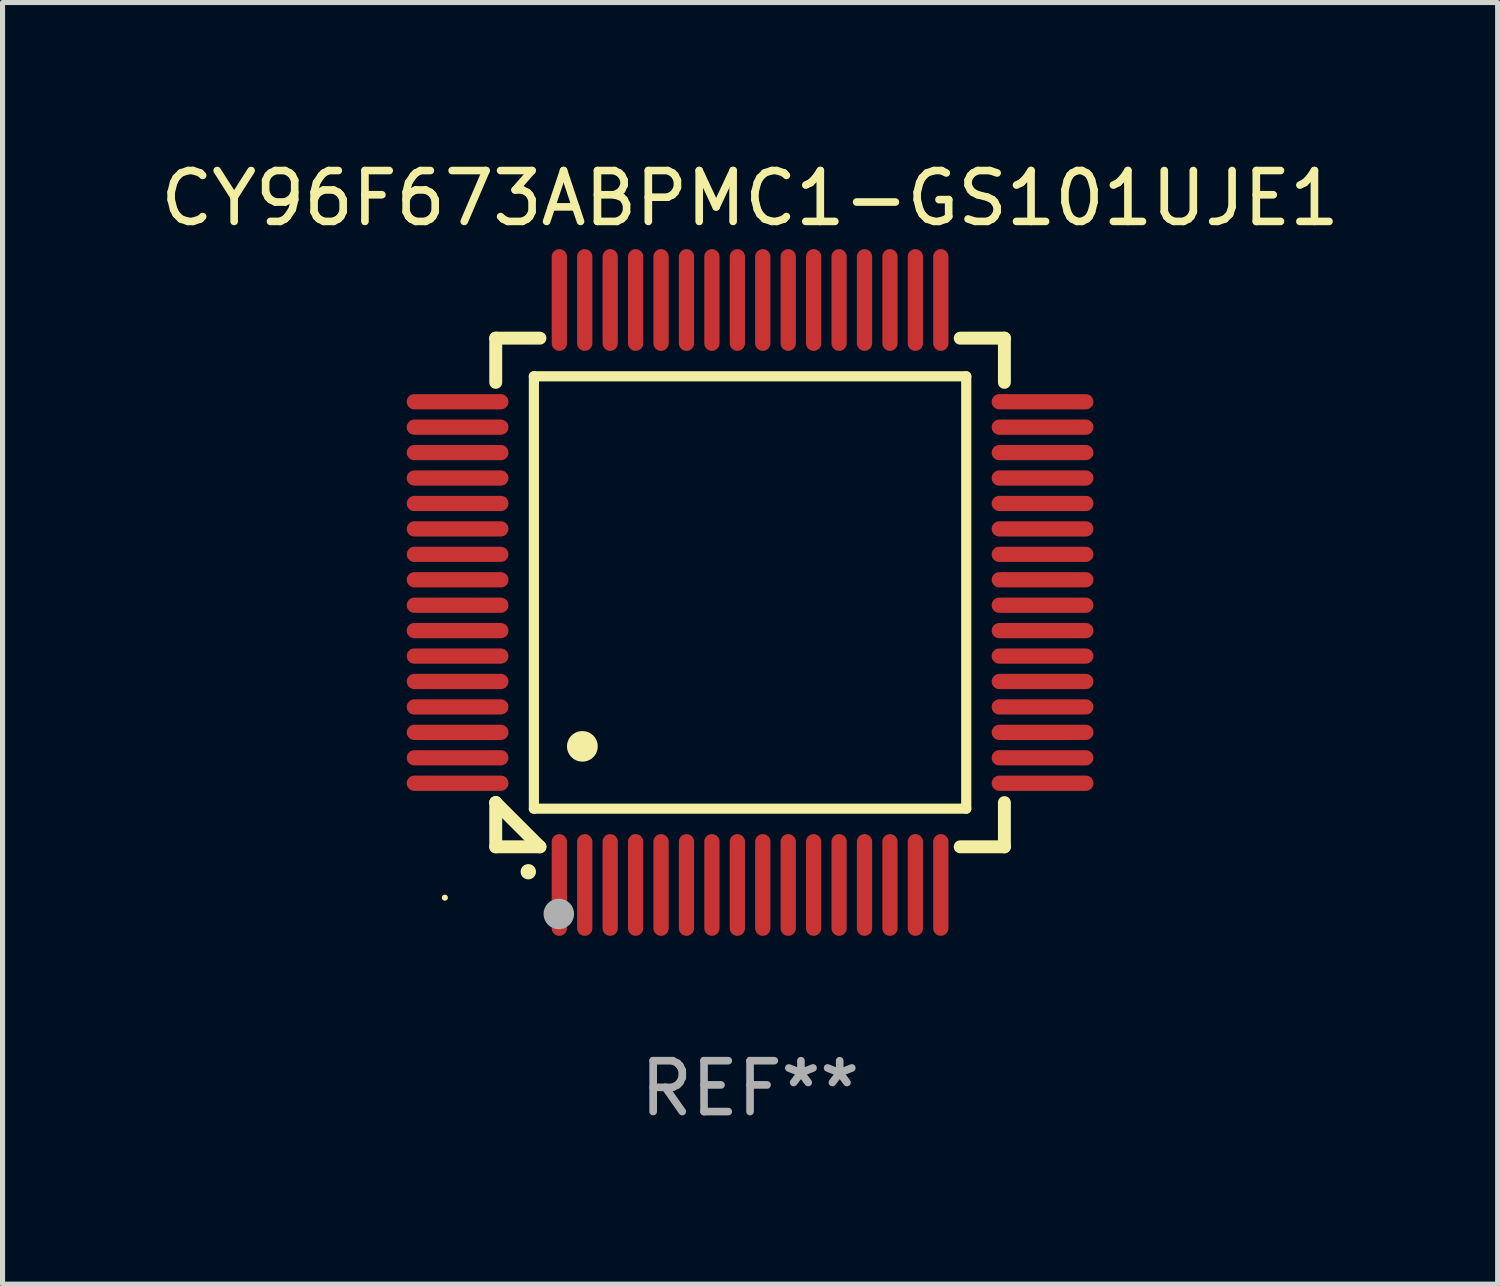
<source format=kicad_pcb>
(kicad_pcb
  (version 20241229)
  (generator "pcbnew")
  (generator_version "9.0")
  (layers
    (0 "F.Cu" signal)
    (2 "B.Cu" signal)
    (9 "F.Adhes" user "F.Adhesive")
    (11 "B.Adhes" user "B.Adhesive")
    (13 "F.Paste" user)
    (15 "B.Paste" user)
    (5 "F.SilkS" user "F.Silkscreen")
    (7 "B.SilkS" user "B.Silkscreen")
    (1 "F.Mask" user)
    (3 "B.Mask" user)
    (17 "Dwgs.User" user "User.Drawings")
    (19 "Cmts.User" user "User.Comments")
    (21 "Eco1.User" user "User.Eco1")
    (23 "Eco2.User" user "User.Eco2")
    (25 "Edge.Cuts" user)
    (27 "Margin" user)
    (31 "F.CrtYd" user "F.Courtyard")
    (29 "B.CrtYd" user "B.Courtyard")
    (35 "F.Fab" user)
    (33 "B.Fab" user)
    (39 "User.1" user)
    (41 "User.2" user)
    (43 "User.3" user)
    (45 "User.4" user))
  (footprint "CY96F673ABPMC1-GS101UJE1"
    (layer "F.Cu")
    (at 11.696 8.598)
    (property "Reference" "CY96F673ABPMC1-GS101UJE1" (at 0 -7.75 0) (layer "F.SilkS") (effects (font (size 1 1) (thickness 0.15))))
    (attr through_hole)
    (fp_line (start -5 -5) (end -4.131 -5) (stroke (width 0.254) (type solid)) (layer "F.SilkS"))
    (fp_line (start -5 -4.131) (end -5 -5) (stroke (width 0.254) (type solid)) (layer "F.SilkS"))
    (fp_line (start -5 4.131) (end -5 4.131) (stroke (width 0.254) (type solid)) (layer "F.SilkS"))
    (fp_line (start -5 5) (end -5 4.131) (stroke (width 0.254) (type solid)) (layer "F.SilkS"))
    (fp_line (start -5 4.131) (end -4.131 5) (stroke (width 0.254) (type solid)) (layer "F.SilkS"))
    (fp_line (start -4.25 -4.25) (end -4.25 4.25) (stroke (width 0.2) (type solid)) (layer "F.SilkS"))
    (fp_line (start -4.25 4.25) (end 4.25 4.25) (stroke (width 0.2) (type solid)) (layer "F.SilkS"))
    (fp_line (start -4.131 5) (end -5 5) (stroke (width 0.254) (type solid)) (layer "F.SilkS"))
    (fp_line (start 4.25 -4.25) (end -4.25 -4.25) (stroke (width 0.2) (type solid)) (layer "F.SilkS"))
    (fp_line (start 4.25 4.25) (end 4.25 -4.25) (stroke (width 0.2) (type solid)) (layer "F.SilkS"))
    (fp_line (start 5 -5) (end 4.131 -5) (stroke (width 0.254) (type solid)) (layer "F.SilkS"))
    (fp_line (start 5 -5) (end 5 -4.131) (stroke (width 0.254) (type solid)) (layer "F.SilkS"))
    (fp_line (start 5 4.131) (end 5 5) (stroke (width 0.254) (type solid)) (layer "F.SilkS"))
    (fp_line (start 5 5) (end 4.131 5) (stroke (width 0.254) (type solid)) (layer "F.SilkS"))
    (fp_arc (start -4.361265 5.489992) (mid -4.359995 5.489987) (end -4.358725 5.489992) (stroke (width 0.3) (type solid)) (layer "F.SilkS"))
    (fp_arc (start -3.299467 3.025146) (mid -3.296927 3.025135) (end -3.294387 3.025146) (stroke (width 0.6) (type solid)) (layer "F.SilkS"))
    (fp_circle (center -6 6) (end -5.97 6) (stroke (width 0.06) (type solid)) (fill no) (layer "F.SilkS"))
    (fp_circle (center -3.76 6.32) (end -3.61 6.32) (stroke (width 0.3) (type solid)) (fill no) (layer "F.Fab"))
    (fp_text user "REF**" (at 0 9.75 0) (layer "F.Fab") (effects (font (size 1 1) (thickness 0.15))))
    (pad "1" smd oval (at -3.75 5.75) (size 0.3 2) (layers "F.Cu" "F.Mask" "F.Paste"))
    (pad "2" smd oval (at -3.25 5.75) (size 0.3 2) (layers "F.Cu" "F.Mask" "F.Paste"))
    (pad "3" smd oval (at -2.75 5.75) (size 0.3 2) (layers "F.Cu" "F.Mask" "F.Paste"))
    (pad "4" smd oval (at -2.25 5.75) (size 0.3 2) (layers "F.Cu" "F.Mask" "F.Paste"))
    (pad "5" smd oval (at -1.75 5.75) (size 0.3 2) (layers "F.Cu" "F.Mask" "F.Paste"))
    (pad "6" smd oval (at -1.25 5.75) (size 0.3 2) (layers "F.Cu" "F.Mask" "F.Paste"))
    (pad "7" smd oval (at -0.75 5.75) (size 0.3 2) (layers "F.Cu" "F.Mask" "F.Paste"))
    (pad "8" smd oval (at -0.25 5.75) (size 0.3 2) (layers "F.Cu" "F.Mask" "F.Paste"))
    (pad "9" smd oval (at 0.25 5.75) (size 0.3 2) (layers "F.Cu" "F.Mask" "F.Paste"))
    (pad "10" smd oval (at 0.75 5.75) (size 0.3 2) (layers "F.Cu" "F.Mask" "F.Paste"))
    (pad "11" smd oval (at 1.25 5.75) (size 0.3 2) (layers "F.Cu" "F.Mask" "F.Paste"))
    (pad "12" smd oval (at 1.75 5.75) (size 0.3 2) (layers "F.Cu" "F.Mask" "F.Paste"))
    (pad "13" smd oval (at 2.25 5.75) (size 0.3 2) (layers "F.Cu" "F.Mask" "F.Paste"))
    (pad "14" smd oval (at 2.75 5.75) (size 0.3 2) (layers "F.Cu" "F.Mask" "F.Paste"))
    (pad "15" smd oval (at 3.25 5.75) (size 0.3 2) (layers "F.Cu" "F.Mask" "F.Paste"))
    (pad "16" smd oval (at 3.75 5.75) (size 0.3 2) (layers "F.Cu" "F.Mask" "F.Paste"))
    (pad "17" smd oval (at 5.75 3.75) (size 2 0.3) (layers "F.Cu" "F.Mask" "F.Paste"))
    (pad "18" smd oval (at 5.75 3.25) (size 2 0.3) (layers "F.Cu" "F.Mask" "F.Paste"))
    (pad "19" smd oval (at 5.75 2.75) (size 2 0.3) (layers "F.Cu" "F.Mask" "F.Paste"))
    (pad "20" smd oval (at 5.75 2.25) (size 2 0.3) (layers "F.Cu" "F.Mask" "F.Paste"))
    (pad "21" smd oval (at 5.75 1.75) (size 2 0.3) (layers "F.Cu" "F.Mask" "F.Paste"))
    (pad "22" smd oval (at 5.75 1.25) (size 2 0.3) (layers "F.Cu" "F.Mask" "F.Paste"))
    (pad "23" smd oval (at 5.75 0.75) (size 2 0.3) (layers "F.Cu" "F.Mask" "F.Paste"))
    (pad "24" smd oval (at 5.75 0.25) (size 2 0.3) (layers "F.Cu" "F.Mask" "F.Paste"))
    (pad "25" smd oval (at 5.75 -0.25) (size 2 0.3) (layers "F.Cu" "F.Mask" "F.Paste"))
    (pad "26" smd oval (at 5.75 -0.75) (size 2 0.3) (layers "F.Cu" "F.Mask" "F.Paste"))
    (pad "27" smd oval (at 5.75 -1.25) (size 2 0.3) (layers "F.Cu" "F.Mask" "F.Paste"))
    (pad "28" smd oval (at 5.75 -1.75) (size 2 0.3) (layers "F.Cu" "F.Mask" "F.Paste"))
    (pad "29" smd oval (at 5.75 -2.25) (size 2 0.3) (layers "F.Cu" "F.Mask" "F.Paste"))
    (pad "30" smd oval (at 5.75 -2.75) (size 2 0.3) (layers "F.Cu" "F.Mask" "F.Paste"))
    (pad "31" smd oval (at 5.75 -3.25) (size 2 0.3) (layers "F.Cu" "F.Mask" "F.Paste"))
    (pad "32" smd oval (at 5.75 -3.75) (size 2 0.3) (layers "F.Cu" "F.Mask" "F.Paste"))
    (pad "33" smd oval (at 3.75 -5.75) (size 0.3 2) (layers "F.Cu" "F.Mask" "F.Paste"))
    (pad "34" smd oval (at 3.25 -5.75) (size 0.3 2) (layers "F.Cu" "F.Mask" "F.Paste"))
    (pad "35" smd oval (at 2.75 -5.75) (size 0.3 2) (layers "F.Cu" "F.Mask" "F.Paste"))
    (pad "36" smd oval (at 2.25 -5.75) (size 0.3 2) (layers "F.Cu" "F.Mask" "F.Paste"))
    (pad "37" smd oval (at 1.75 -5.75) (size 0.3 2) (layers "F.Cu" "F.Mask" "F.Paste"))
    (pad "38" smd oval (at 1.25 -5.75) (size 0.3 2) (layers "F.Cu" "F.Mask" "F.Paste"))
    (pad "39" smd oval (at 0.75 -5.75) (size 0.3 2) (layers "F.Cu" "F.Mask" "F.Paste"))
    (pad "40" smd oval (at 0.25 -5.75) (size 0.3 2) (layers "F.Cu" "F.Mask" "F.Paste"))
    (pad "41" smd oval (at -0.25 -5.75) (size 0.3 2) (layers "F.Cu" "F.Mask" "F.Paste"))
    (pad "42" smd oval (at -0.75 -5.75) (size 0.3 2) (layers "F.Cu" "F.Mask" "F.Paste"))
    (pad "43" smd oval (at -1.25 -5.75) (size 0.3 2) (layers "F.Cu" "F.Mask" "F.Paste"))
    (pad "44" smd oval (at -1.75 -5.75) (size 0.3 2) (layers "F.Cu" "F.Mask" "F.Paste"))
    (pad "45" smd oval (at -2.25 -5.75) (size 0.3 2) (layers "F.Cu" "F.Mask" "F.Paste"))
    (pad "46" smd oval (at -2.75 -5.75) (size 0.3 2) (layers "F.Cu" "F.Mask" "F.Paste"))
    (pad "47" smd oval (at -3.25 -5.75) (size 0.3 2) (layers "F.Cu" "F.Mask" "F.Paste"))
    (pad "48" smd oval (at -3.75 -5.75) (size 0.3 2) (layers "F.Cu" "F.Mask" "F.Paste"))
    (pad "49" smd oval (at -5.75 -3.75) (size 2 0.3) (layers "F.Cu" "F.Mask" "F.Paste"))
    (pad "50" smd oval (at -5.75 -3.25) (size 2 0.3) (layers "F.Cu" "F.Mask" "F.Paste"))
    (pad "51" smd oval (at -5.75 -2.75) (size 2 0.3) (layers "F.Cu" "F.Mask" "F.Paste"))
    (pad "52" smd oval (at -5.75 -2.25) (size 2 0.3) (layers "F.Cu" "F.Mask" "F.Paste"))
    (pad "53" smd oval (at -5.75 -1.75) (size 2 0.3) (layers "F.Cu" "F.Mask" "F.Paste"))
    (pad "54" smd oval (at -5.75 -1.25) (size 2 0.3) (layers "F.Cu" "F.Mask" "F.Paste"))
    (pad "55" smd oval (at -5.75 -0.75) (size 2 0.3) (layers "F.Cu" "F.Mask" "F.Paste"))
    (pad "56" smd oval (at -5.75 -0.25) (size 2 0.3) (layers "F.Cu" "F.Mask" "F.Paste"))
    (pad "57" smd oval (at -5.75 0.25) (size 2 0.3) (layers "F.Cu" "F.Mask" "F.Paste"))
    (pad "58" smd oval (at -5.75 0.75) (size 2 0.3) (layers "F.Cu" "F.Mask" "F.Paste"))
    (pad "59" smd oval (at -5.75 1.25) (size 2 0.3) (layers "F.Cu" "F.Mask" "F.Paste"))
    (pad "60" smd oval (at -5.75 1.75) (size 2 0.3) (layers "F.Cu" "F.Mask" "F.Paste"))
    (pad "61" smd oval (at -5.75 2.25) (size 2 0.3) (layers "F.Cu" "F.Mask" "F.Paste"))
    (pad "62" smd oval (at -5.75 2.75) (size 2 0.3) (layers "F.Cu" "F.Mask" "F.Paste"))
    (pad "63" smd oval (at -5.75 3.25) (size 2 0.3) (layers "F.Cu" "F.Mask" "F.Paste"))
    (pad "64" smd oval (at -5.75 3.75) (size 2 0.3) (layers "F.Cu" "F.Mask" "F.Paste")))
  (gr_rect
    (start -3 -3)
    (end 26.393 22.196)
    (stroke (width 0.1) (type default))
    (fill no)
    (layer "Edge.Cuts")))
</source>
